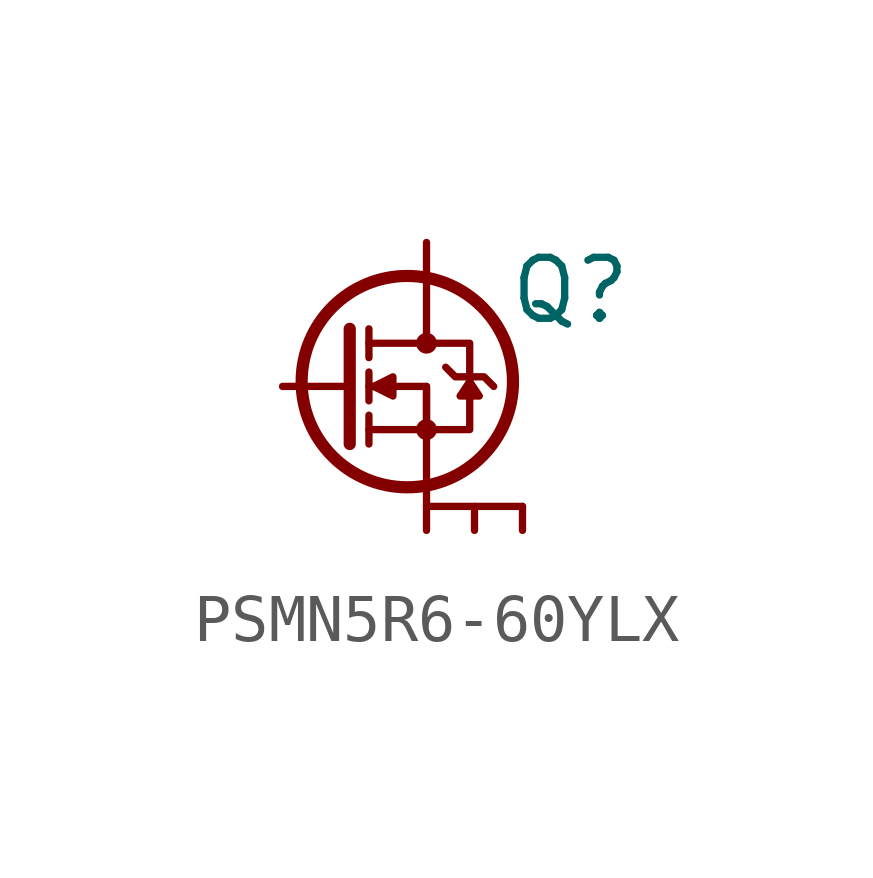
<source format=kicad_sym>
(kicad_symbol_lib
  (version 20241209)
  (generator "kicad_symbol_editor")
  (generator_version "9.0")
  (symbol "PSMN5R6-60YLX"
    (pin_numbers
      (hide yes))
    (pin_names
      (hide yes))
    (property "Reference" "Q"
      (at 6 2 0)
      (effects (font (size 1.27 1.27))))
    (property "Value" ""
      (at 0 0 0)
      (effects (font (size 1.27 1.27))))
    (symbol "PSMN5R6-60YLX_0_1"
      (polyline (pts (xy 1.4 1.2) (xy 1.4 -1.2)) (stroke (width 0.254) (type default)) (fill (type none)))
      (polyline (pts (xy 1.8 -0.9) (xy 3.9 -0.9) (xy 3.9 0.9) (xy 1.8 0.9)) (stroke (width 0) (type default)) (fill (type none)))
      (polyline (pts (xy 1.9 0) (xy 2.3 0.2) (xy 2.3 -0.2) (xy 1.9 0)) (stroke (width 0) (type default)) (fill (type outline)))
      (circle (center 2.6 0.1) (radius 2.202) (stroke (width 0.254) (type default)) (fill (type none)))
      (circle (center 3 0.9) (radius 0.141) (stroke (width 0) (type default)) (fill (type outline)))
      (polyline (pts (xy 3 -0.9) (xy 3 0) (xy 1.8 0)) (stroke (width 0) (type default)) (fill (type none)))
      (circle (center 3 -0.9) (radius 0.141) (stroke (width 0) (type default)) (fill (type outline)))
      (polyline (pts (xy 3.4 0.4) (xy 3.6 0.2) (xy 4.2 0.2) (xy 4.4 0)) (stroke (width 0) (type default)) (fill (type none)))
      (polyline (pts (xy 5 -2.5) (xy 4 -2.5) (xy 3 -2.5)) (stroke (width 0) (type default)) (fill (type none))))
    (symbol "PSMN5R6-60YLX_1_1"
      (polyline (pts (xy 1.8 1.2) (xy 1.8 0.6)) (stroke (width 0) (type default)) (fill (type none)))
      (polyline (pts (xy 1.8 0.3) (xy 1.8 -0.3)) (stroke (width 0) (type default)) (fill (type none)))
      (polyline (pts (xy 1.8 -0.6) (xy 1.8 -1.2)) (stroke (width 0) (type default)) (fill (type none)))
      (polyline (pts (xy 3.9 0.1) (xy 3.7 -0.2) (xy 4.1 -0.2) (xy 3.9 0.1)) (stroke (width 0) (type default)) (fill (type outline)))
      (pin passive line (at 0 0 0) (length 1.4) (name "4" (effects (font (size 1.25 1.25)))) (number "4" (effects (font (size 1.25 1.25)))))
      (pin passive line (at 3 3 270) (length 2.1) (name "5" (effects (font (size 1.25 1.25)))) (number "5" (effects (font (size 1.25 1.25)))))
      (pin passive line (at 3 -3 90) (length 3) (name "1" (effects (font (size 1.25 1.25)))) (number "1" (effects (font (size 1.25 1.25)))))
      (pin passive line (at 4 -3 90) (length 0.5) (name "2" (effects (font (size 1.25 1.25)))) (number "2" (effects (font (size 1.25 1.25)))))
      (pin passive line (at 5 -3 90) (length 0.5) (name "3" (effects (font (size 1.25 1.25)))) (number "3" (effects (font (size 1.25 1.25))))))))
</source>
